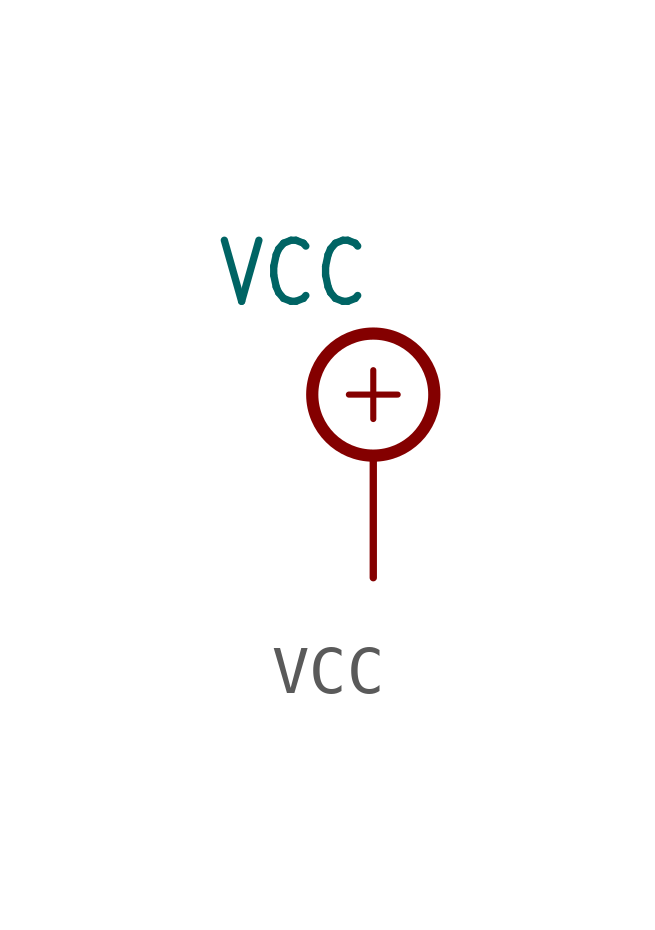
<source format=kicad_sym>
(kicad_symbol_lib
  (version 20211014)
  (generator kicad_symbol_editor)
  (symbol "VCC"
    (power)
    (property "Reference" "#P+"
      (at 0 0 0)
      (effects (font (size 1.27 1.27)) hide))
    (property "Value" "VCC"
      (at -3.302 3.048 0)
      (effects (font (size 1.27 1.079)) (justify left bottom)))
    (property "ki_locked" ""
      (at 0 0 0)
      (effects (font (size 1.27 1.27))))
    (symbol "VCC_1_0"
      (polyline (pts (xy -0.508 1.27) (xy 0.508 1.27)) (stroke (width 0.127) (type default) (color 0 0 0 0)) (fill (type none)))
      (polyline (pts (xy 0 1.778) (xy 0 0.762)) (stroke (width 0.127) (type default) (color 0 0 0 0)) (fill (type none)))
      (circle (center 0 1.27) (radius 1.27) (stroke (width 0.254) (type default) (color 0 0 0 0)) (fill (type none)))
      (pin power_in line (at 0 -2.54 90) (length 2.54) (name "VCC" (effects (font (size 0 0)))) (number "1" (effects (font (size 0 0))))))))
</source>
